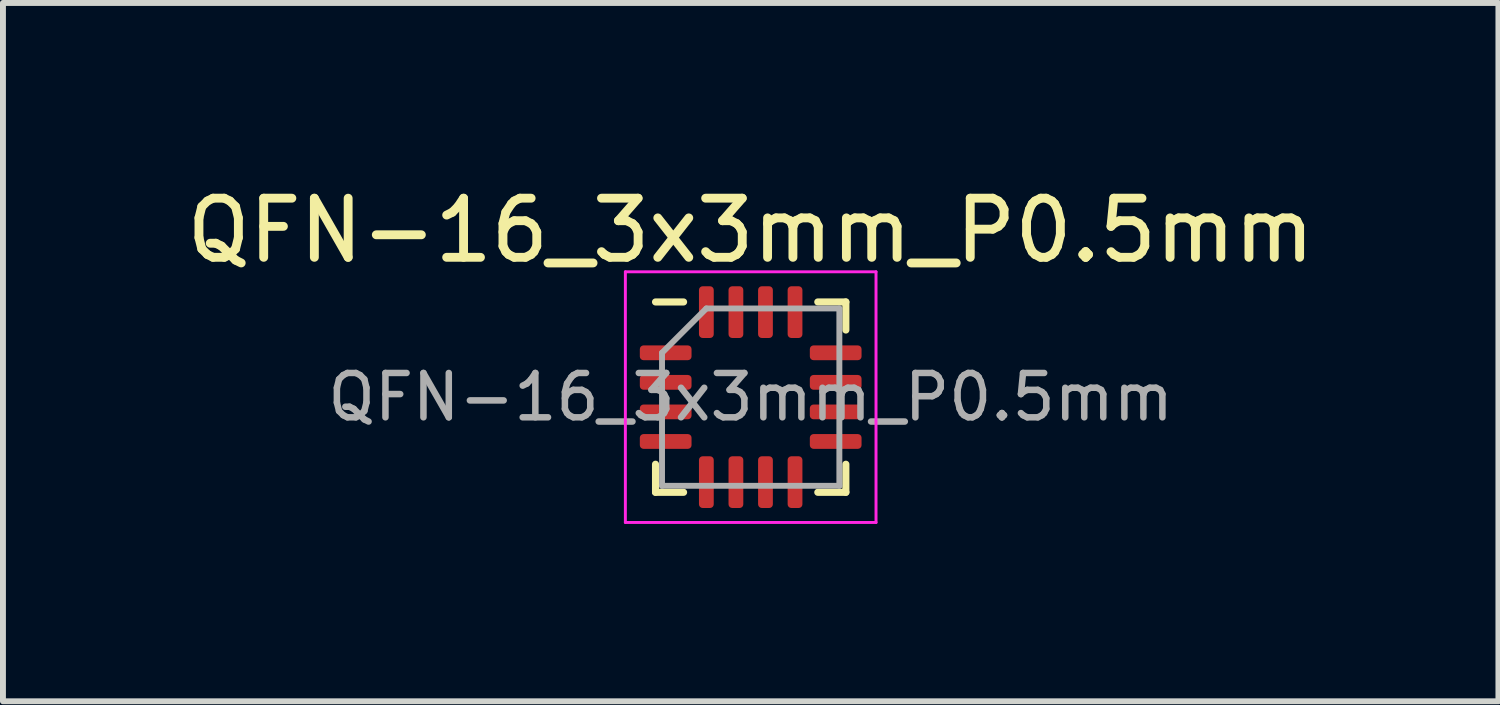
<source format=kicad_pcb>
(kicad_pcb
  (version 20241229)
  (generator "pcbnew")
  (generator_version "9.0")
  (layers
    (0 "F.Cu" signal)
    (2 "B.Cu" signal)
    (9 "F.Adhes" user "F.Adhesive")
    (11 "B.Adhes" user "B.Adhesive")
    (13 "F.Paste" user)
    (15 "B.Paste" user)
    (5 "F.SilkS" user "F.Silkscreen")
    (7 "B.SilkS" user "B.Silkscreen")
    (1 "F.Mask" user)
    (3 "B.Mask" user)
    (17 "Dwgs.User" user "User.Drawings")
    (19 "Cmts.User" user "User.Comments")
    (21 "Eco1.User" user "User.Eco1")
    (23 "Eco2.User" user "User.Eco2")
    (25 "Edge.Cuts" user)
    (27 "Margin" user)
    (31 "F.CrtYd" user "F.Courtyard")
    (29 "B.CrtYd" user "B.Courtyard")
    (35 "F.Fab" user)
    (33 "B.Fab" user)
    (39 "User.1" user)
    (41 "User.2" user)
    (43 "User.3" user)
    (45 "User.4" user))
  (footprint "QFN-16_3x3mm_P0.5mm"
    (layer "F.Cu")
    (at 9.649 3.668)
    (property "Reference" "QFN-16_3x3mm_P0.5mm" (at 0 -2.82 0) (layer "F.SilkS") (effects (font (size 1 1) (thickness 0.15))))
    (attr smd)
    (fp_line (start -1.61 1.61) (end -1.61 1.135) (stroke (width 0.12) (type solid)) (layer "F.SilkS"))
    (fp_line (start -1.135 -1.61) (end -1.61 -1.61) (stroke (width 0.12) (type solid)) (layer "F.SilkS"))
    (fp_line (start -1.135 1.61) (end -1.61 1.61) (stroke (width 0.12) (type solid)) (layer "F.SilkS"))
    (fp_line (start 1.135 -1.61) (end 1.61 -1.61) (stroke (width 0.12) (type solid)) (layer "F.SilkS"))
    (fp_line (start 1.135 1.61) (end 1.61 1.61) (stroke (width 0.12) (type solid)) (layer "F.SilkS"))
    (fp_line (start 1.61 -1.61) (end 1.61 -1.135) (stroke (width 0.12) (type solid)) (layer "F.SilkS"))
    (fp_line (start 1.61 1.61) (end 1.61 1.135) (stroke (width 0.12) (type solid)) (layer "F.SilkS"))
    (fp_line (start -2.12 -2.12) (end -2.12 2.12) (stroke (width 0.05) (type solid)) (layer "F.CrtYd"))
    (fp_line (start -2.12 2.12) (end 2.12 2.12) (stroke (width 0.05) (type solid)) (layer "F.CrtYd"))
    (fp_line (start 2.12 -2.12) (end -2.12 -2.12) (stroke (width 0.05) (type solid)) (layer "F.CrtYd"))
    (fp_line (start 2.12 2.12) (end 2.12 -2.12) (stroke (width 0.05) (type solid)) (layer "F.CrtYd"))
    (fp_line (start -1.5 -0.75) (end -0.75 -1.5) (stroke (width 0.1) (type solid)) (layer "F.Fab"))
    (fp_line (start -1.5 1.5) (end -1.5 -0.75) (stroke (width 0.1) (type solid)) (layer "F.Fab"))
    (fp_line (start -0.75 -1.5) (end 1.5 -1.5) (stroke (width 0.1) (type solid)) (layer "F.Fab"))
    (fp_line (start 1.5 -1.5) (end 1.5 1.5) (stroke (width 0.1) (type solid)) (layer "F.Fab"))
    (fp_line (start 1.5 1.5) (end -1.5 1.5) (stroke (width 0.1) (type solid)) (layer "F.Fab"))
    (fp_text user "${REFERENCE}" (at 0 0 0) (layer "F.Fab") (effects (font (size 0.75 0.75) (thickness 0.11))))
    (pad "1" smd roundrect (at -1.438 -0.75) (size 0.875 0.25) (layers "F.Cu" "F.Mask" "F.Paste") (roundrect_rratio 0.25))
    (pad "2" smd roundrect (at -1.438 -0.25) (size 0.875 0.25) (layers "F.Cu" "F.Mask" "F.Paste") (roundrect_rratio 0.25))
    (pad "3" smd roundrect (at -1.438 0.25) (size 0.875 0.25) (layers "F.Cu" "F.Mask" "F.Paste") (roundrect_rratio 0.25))
    (pad "4" smd roundrect (at -1.438 0.75) (size 0.875 0.25) (layers "F.Cu" "F.Mask" "F.Paste") (roundrect_rratio 0.25))
    (pad "5" smd roundrect (at -0.75 1.438) (size 0.25 0.875) (layers "F.Cu" "F.Mask" "F.Paste") (roundrect_rratio 0.25))
    (pad "6" smd roundrect (at -0.25 1.438) (size 0.25 0.875) (layers "F.Cu" "F.Mask" "F.Paste") (roundrect_rratio 0.25))
    (pad "7" smd roundrect (at 0.25 1.438) (size 0.25 0.875) (layers "F.Cu" "F.Mask" "F.Paste") (roundrect_rratio 0.25))
    (pad "8" smd roundrect (at 0.75 1.438) (size 0.25 0.875) (layers "F.Cu" "F.Mask" "F.Paste") (roundrect_rratio 0.25))
    (pad "9" smd roundrect (at 1.438 0.75) (size 0.875 0.25) (layers "F.Cu" "F.Mask" "F.Paste") (roundrect_rratio 0.25))
    (pad "10" smd roundrect (at 1.438 0.25) (size 0.875 0.25) (layers "F.Cu" "F.Mask" "F.Paste") (roundrect_rratio 0.25))
    (pad "11" smd roundrect (at 1.438 -0.25) (size 0.875 0.25) (layers "F.Cu" "F.Mask" "F.Paste") (roundrect_rratio 0.25))
    (pad "12" smd roundrect (at 1.438 -0.75) (size 0.875 0.25) (layers "F.Cu" "F.Mask" "F.Paste") (roundrect_rratio 0.25))
    (pad "13" smd roundrect (at 0.75 -1.438) (size 0.25 0.875) (layers "F.Cu" "F.Mask" "F.Paste") (roundrect_rratio 0.25))
    (pad "14" smd roundrect (at 0.25 -1.438) (size 0.25 0.875) (layers "F.Cu" "F.Mask" "F.Paste") (roundrect_rratio 0.25))
    (pad "15" smd roundrect (at -0.25 -1.438) (size 0.25 0.875) (layers "F.Cu" "F.Mask" "F.Paste") (roundrect_rratio 0.25))
    (pad "16" smd roundrect (at -0.75 -1.438) (size 0.25 0.875) (layers "F.Cu" "F.Mask" "F.Paste") (roundrect_rratio 0.25)))
  (gr_rect
    (start -3 -3)
    (end 22.298 8.813)
    (stroke (width 0.1) (type default))
    (fill no)
    (layer "Edge.Cuts")))
</source>
